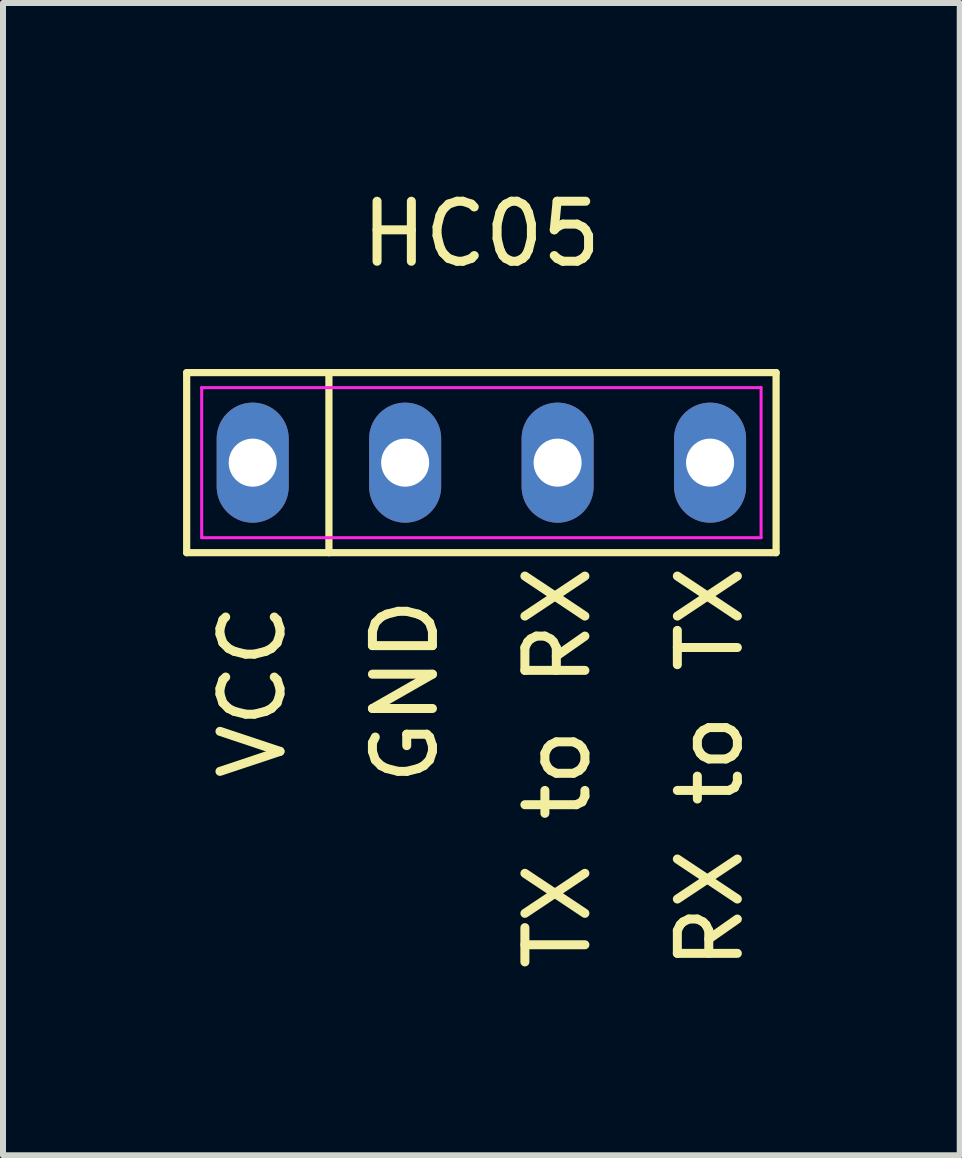
<source format=kicad_pcb>
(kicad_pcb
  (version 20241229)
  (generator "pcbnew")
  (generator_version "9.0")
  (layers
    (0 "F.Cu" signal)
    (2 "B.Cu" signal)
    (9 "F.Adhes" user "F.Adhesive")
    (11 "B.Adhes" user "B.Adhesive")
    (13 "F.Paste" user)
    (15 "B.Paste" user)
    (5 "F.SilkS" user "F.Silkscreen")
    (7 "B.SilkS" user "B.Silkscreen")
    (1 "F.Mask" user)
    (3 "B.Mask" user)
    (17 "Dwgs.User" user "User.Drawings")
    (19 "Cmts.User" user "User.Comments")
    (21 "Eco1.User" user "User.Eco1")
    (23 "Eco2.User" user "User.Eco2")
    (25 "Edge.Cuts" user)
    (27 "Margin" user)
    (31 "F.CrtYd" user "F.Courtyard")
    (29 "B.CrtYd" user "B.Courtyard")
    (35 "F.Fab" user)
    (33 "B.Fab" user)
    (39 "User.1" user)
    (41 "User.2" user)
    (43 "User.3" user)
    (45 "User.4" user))
  (footprint "HC05"
    (layer "F.Cu")
    (at 4.97 4.658)
    (property "Reference" "HC05" (at 0 -3.81 0) (layer "F.SilkS") (effects (font (size 1 1) (thickness 0.15))))
    (attr through_hole)
    (fp_line (start -4.91 -1.5) (end 4.91 -1.5) (stroke (width 0.12) (type solid)) (layer "F.SilkS"))
    (fp_line (start -4.91 1.5) (end -4.91 -1.5) (stroke (width 0.12) (type solid)) (layer "F.SilkS"))
    (fp_line (start -2.54 -1.5) (end -2.54 1.5) (stroke (width 0.12) (type solid)) (layer "F.SilkS"))
    (fp_line (start 4.91 -1.5) (end 4.91 1.5) (stroke (width 0.12) (type solid)) (layer "F.SilkS"))
    (fp_line (start 4.91 1.5) (end -4.91 1.5) (stroke (width 0.12) (type solid)) (layer "F.SilkS"))
    (fp_line (start -4.66 -1.25) (end 4.66 -1.25) (stroke (width 0.05) (type solid)) (layer "F.CrtYd"))
    (fp_line (start -4.66 1.25) (end -4.66 -1.25) (stroke (width 0.05) (type solid)) (layer "F.CrtYd"))
    (fp_line (start 4.66 -1.25) (end 4.66 1.25) (stroke (width 0.05) (type solid)) (layer "F.CrtYd"))
    (fp_line (start 4.66 1.25) (end -4.66 1.25) (stroke (width 0.05) (type solid)) (layer "F.CrtYd"))
    (fp_text user "GND" (at -1.27 3.81 90) (layer "F.SilkS") (effects (font (size 1 1) (thickness 0.15))))
    (fp_text user "TX to RX" (at 1.27 5.08 90) (layer "F.SilkS") (effects (font (size 1 1) (thickness 0.15))))
    (fp_text user "VCC" (at -3.81 3.81 90) (layer "F.SilkS") (effects (font (size 1 1) (thickness 0.15))))
    (fp_text user "RX to TX" (at 3.81 5.08 90) (layer "F.SilkS") (effects (font (size 1 1) (thickness 0.15))))
    (pad "1" thru_hole oval (at -3.81 0) (size 1.2 2) (drill 0.8) (layers "*.Cu" "*.Mask"))
    (pad "2" thru_hole oval (at -1.27 0) (size 1.2 2) (drill 0.8) (layers "*.Cu" "*.Mask"))
    (pad "3" thru_hole oval (at 1.27 0) (size 1.2 2) (drill 0.8) (layers "*.Cu" "*.Mask"))
    (pad "4" thru_hole oval (at 3.81 0) (size 1.2 2) (drill 0.8) (layers "*.Cu" "*.Mask")))
  (gr_rect
    (start -3 -3)
    (end 12.94 16.197)
    (stroke (width 0.1) (type default))
    (fill no)
    (layer "Edge.Cuts")))
</source>
